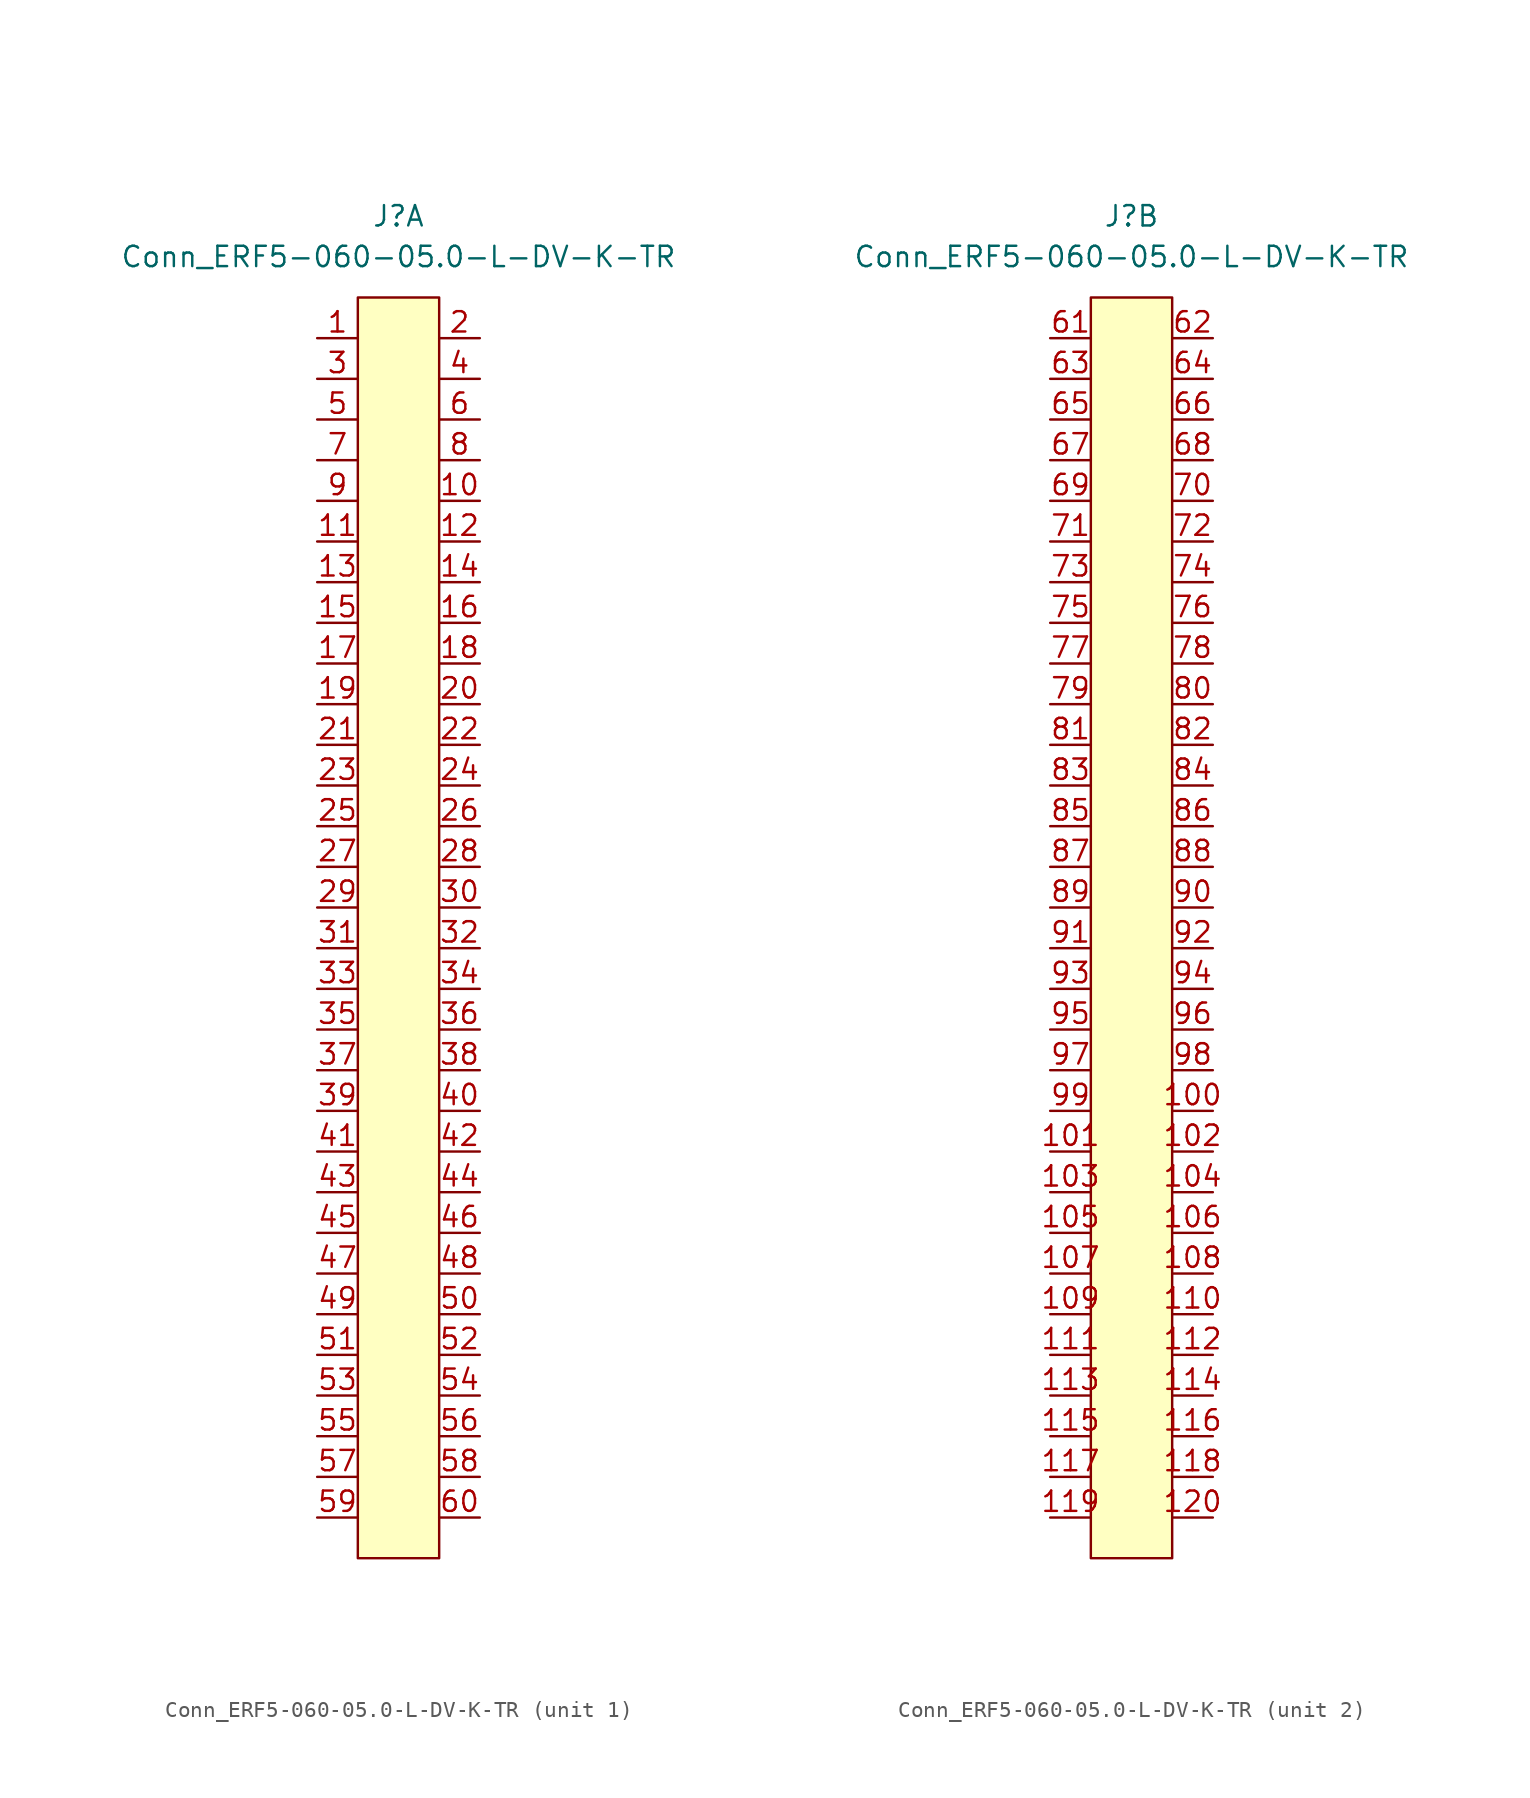
<source format=kicad_sym>
(kicad_symbol_lib
  (version 20211014)
  (generator kicad_symbol_editor)
  (symbol "Conn_ERF5-060-05.0-L-DV-K-TR"
    (pin_names
      (offset 1.016) hide)
    (property "Reference" "J"
      (at 0 20.32 0)
      (effects (font (size 1.27 1.27))))
    (property "Value" "Conn_ERF5-060-05.0-L-DV-K-TR"
      (at 0 17.78 0)
      (effects (font (size 1.27 1.27))))
    (property "ki_locked" ""
      (at 0 0 0)
      (effects (font (size 1.27 1.27))))
    (symbol "Conn_ERF5-060-05.0-L-DV-K-TR_1_1"
      (rectangle (start -2.54 15.24) (end 2.54 -63.5) (stroke (width 0) (type default) (color 0 0 0 0)) (fill (type background)))
      (pin passive line (at -5.08 12.7 0) (length 2.54) (name "1" (effects (font (size 1.27 1.27)))) (number "1" (effects (font (size 1.27 1.27)))))
      (pin passive line (at 5.08 2.54 180) (length 2.54) (name "10" (effects (font (size 1.27 1.27)))) (number "10" (effects (font (size 1.27 1.27)))))
      (pin passive line (at -5.08 0 0) (length 2.54) (name "11" (effects (font (size 1.27 1.27)))) (number "11" (effects (font (size 1.27 1.27)))))
      (pin passive line (at 5.08 0 180) (length 2.54) (name "12" (effects (font (size 1.27 1.27)))) (number "12" (effects (font (size 1.27 1.27)))))
      (pin passive line (at -5.08 -2.54 0) (length 2.54) (name "13" (effects (font (size 1.27 1.27)))) (number "13" (effects (font (size 1.27 1.27)))))
      (pin passive line (at 5.08 -2.54 180) (length 2.54) (name "14" (effects (font (size 1.27 1.27)))) (number "14" (effects (font (size 1.27 1.27)))))
      (pin passive line (at -5.08 -5.08 0) (length 2.54) (name "15" (effects (font (size 1.27 1.27)))) (number "15" (effects (font (size 1.27 1.27)))))
      (pin passive line (at 5.08 -5.08 180) (length 2.54) (name "16" (effects (font (size 1.27 1.27)))) (number "16" (effects (font (size 1.27 1.27)))))
      (pin passive line (at -5.08 -7.62 0) (length 2.54) (name "17" (effects (font (size 1.27 1.27)))) (number "17" (effects (font (size 1.27 1.27)))))
      (pin passive line (at 5.08 -7.62 180) (length 2.54) (name "18" (effects (font (size 1.27 1.27)))) (number "18" (effects (font (size 1.27 1.27)))))
      (pin passive line (at -5.08 -10.16 0) (length 2.54) (name "19" (effects (font (size 1.27 1.27)))) (number "19" (effects (font (size 1.27 1.27)))))
      (pin passive line (at 5.08 12.7 180) (length 2.54) (name "2" (effects (font (size 1.27 1.27)))) (number "2" (effects (font (size 1.27 1.27)))))
      (pin passive line (at 5.08 -10.16 180) (length 2.54) (name "20" (effects (font (size 1.27 1.27)))) (number "20" (effects (font (size 1.27 1.27)))))
      (pin passive line (at -5.08 -12.7 0) (length 2.54) (name "21" (effects (font (size 1.27 1.27)))) (number "21" (effects (font (size 1.27 1.27)))))
      (pin passive line (at 5.08 -12.7 180) (length 2.54) (name "22" (effects (font (size 1.27 1.27)))) (number "22" (effects (font (size 1.27 1.27)))))
      (pin passive line (at -5.08 -15.24 0) (length 2.54) (name "23" (effects (font (size 1.27 1.27)))) (number "23" (effects (font (size 1.27 1.27)))))
      (pin passive line (at 5.08 -15.24 180) (length 2.54) (name "24" (effects (font (size 1.27 1.27)))) (number "24" (effects (font (size 1.27 1.27)))))
      (pin passive line (at -5.08 -17.78 0) (length 2.54) (name "25" (effects (font (size 1.27 1.27)))) (number "25" (effects (font (size 1.27 1.27)))))
      (pin passive line (at 5.08 -17.78 180) (length 2.54) (name "26" (effects (font (size 1.27 1.27)))) (number "26" (effects (font (size 1.27 1.27)))))
      (pin passive line (at -5.08 -20.32 0) (length 2.54) (name "27" (effects (font (size 1.27 1.27)))) (number "27" (effects (font (size 1.27 1.27)))))
      (pin passive line (at 5.08 -20.32 180) (length 2.54) (name "28" (effects (font (size 1.27 1.27)))) (number "28" (effects (font (size 1.27 1.27)))))
      (pin passive line (at -5.08 -22.86 0) (length 2.54) (name "29" (effects (font (size 1.27 1.27)))) (number "29" (effects (font (size 1.27 1.27)))))
      (pin passive line (at -5.08 10.16 0) (length 2.54) (name "3" (effects (font (size 1.27 1.27)))) (number "3" (effects (font (size 1.27 1.27)))))
      (pin passive line (at 5.08 -22.86 180) (length 2.54) (name "30" (effects (font (size 1.27 1.27)))) (number "30" (effects (font (size 1.27 1.27)))))
      (pin passive line (at -5.08 -25.4 0) (length 2.54) (name "31" (effects (font (size 1.27 1.27)))) (number "31" (effects (font (size 1.27 1.27)))))
      (pin passive line (at 5.08 -25.4 180) (length 2.54) (name "32" (effects (font (size 1.27 1.27)))) (number "32" (effects (font (size 1.27 1.27)))))
      (pin passive line (at -5.08 -27.94 0) (length 2.54) (name "33" (effects (font (size 1.27 1.27)))) (number "33" (effects (font (size 1.27 1.27)))))
      (pin passive line (at 5.08 -27.94 180) (length 2.54) (name "34" (effects (font (size 1.27 1.27)))) (number "34" (effects (font (size 1.27 1.27)))))
      (pin passive line (at -5.08 -30.48 0) (length 2.54) (name "35" (effects (font (size 1.27 1.27)))) (number "35" (effects (font (size 1.27 1.27)))))
      (pin passive line (at 5.08 -30.48 180) (length 2.54) (name "36" (effects (font (size 1.27 1.27)))) (number "36" (effects (font (size 1.27 1.27)))))
      (pin passive line (at -5.08 -33.02 0) (length 2.54) (name "37" (effects (font (size 1.27 1.27)))) (number "37" (effects (font (size 1.27 1.27)))))
      (pin passive line (at 5.08 -33.02 180) (length 2.54) (name "38" (effects (font (size 1.27 1.27)))) (number "38" (effects (font (size 1.27 1.27)))))
      (pin passive line (at -5.08 -35.56 0) (length 2.54) (name "39" (effects (font (size 1.27 1.27)))) (number "39" (effects (font (size 1.27 1.27)))))
      (pin passive line (at 5.08 10.16 180) (length 2.54) (name "4" (effects (font (size 1.27 1.27)))) (number "4" (effects (font (size 1.27 1.27)))))
      (pin passive line (at 5.08 -35.56 180) (length 2.54) (name "40" (effects (font (size 1.27 1.27)))) (number "40" (effects (font (size 1.27 1.27)))))
      (pin passive line (at -5.08 -38.1 0) (length 2.54) (name "41" (effects (font (size 1.27 1.27)))) (number "41" (effects (font (size 1.27 1.27)))))
      (pin passive line (at 5.08 -38.1 180) (length 2.54) (name "42" (effects (font (size 1.27 1.27)))) (number "42" (effects (font (size 1.27 1.27)))))
      (pin passive line (at -5.08 -40.64 0) (length 2.54) (name "43" (effects (font (size 1.27 1.27)))) (number "43" (effects (font (size 1.27 1.27)))))
      (pin passive line (at 5.08 -40.64 180) (length 2.54) (name "44" (effects (font (size 1.27 1.27)))) (number "44" (effects (font (size 1.27 1.27)))))
      (pin passive line (at -5.08 -43.18 0) (length 2.54) (name "45" (effects (font (size 1.27 1.27)))) (number "45" (effects (font (size 1.27 1.27)))))
      (pin passive line (at 5.08 -43.18 180) (length 2.54) (name "46" (effects (font (size 1.27 1.27)))) (number "46" (effects (font (size 1.27 1.27)))))
      (pin passive line (at -5.08 -45.72 0) (length 2.54) (name "47" (effects (font (size 1.27 1.27)))) (number "47" (effects (font (size 1.27 1.27)))))
      (pin passive line (at 5.08 -45.72 180) (length 2.54) (name "48" (effects (font (size 1.27 1.27)))) (number "48" (effects (font (size 1.27 1.27)))))
      (pin passive line (at -5.08 -48.26 0) (length 2.54) (name "49" (effects (font (size 1.27 1.27)))) (number "49" (effects (font (size 1.27 1.27)))))
      (pin passive line (at -5.08 7.62 0) (length 2.54) (name "5" (effects (font (size 1.27 1.27)))) (number "5" (effects (font (size 1.27 1.27)))))
      (pin passive line (at 5.08 -48.26 180) (length 2.54) (name "50" (effects (font (size 1.27 1.27)))) (number "50" (effects (font (size 1.27 1.27)))))
      (pin passive line (at -5.08 -50.8 0) (length 2.54) (name "51" (effects (font (size 1.27 1.27)))) (number "51" (effects (font (size 1.27 1.27)))))
      (pin passive line (at 5.08 -50.8 180) (length 2.54) (name "52" (effects (font (size 1.27 1.27)))) (number "52" (effects (font (size 1.27 1.27)))))
      (pin passive line (at -5.08 -53.34 0) (length 2.54) (name "53" (effects (font (size 1.27 1.27)))) (number "53" (effects (font (size 1.27 1.27)))))
      (pin passive line (at 5.08 -53.34 180) (length 2.54) (name "54" (effects (font (size 1.27 1.27)))) (number "54" (effects (font (size 1.27 1.27)))))
      (pin passive line (at -5.08 -55.88 0) (length 2.54) (name "55" (effects (font (size 1.27 1.27)))) (number "55" (effects (font (size 1.27 1.27)))))
      (pin passive line (at 5.08 -55.88 180) (length 2.54) (name "56" (effects (font (size 1.27 1.27)))) (number "56" (effects (font (size 1.27 1.27)))))
      (pin passive line (at -5.08 -58.42 0) (length 2.54) (name "57" (effects (font (size 1.27 1.27)))) (number "57" (effects (font (size 1.27 1.27)))))
      (pin passive line (at 5.08 -58.42 180) (length 2.54) (name "58" (effects (font (size 1.27 1.27)))) (number "58" (effects (font (size 1.27 1.27)))))
      (pin passive line (at -5.08 -60.96 0) (length 2.54) (name "59" (effects (font (size 1.27 1.27)))) (number "59" (effects (font (size 1.27 1.27)))))
      (pin passive line (at 5.08 7.62 180) (length 2.54) (name "6" (effects (font (size 1.27 1.27)))) (number "6" (effects (font (size 1.27 1.27)))))
      (pin passive line (at 5.08 -60.96 180) (length 2.54) (name "60" (effects (font (size 1.27 1.27)))) (number "60" (effects (font (size 1.27 1.27)))))
      (pin passive line (at -5.08 5.08 0) (length 2.54) (name "7" (effects (font (size 1.27 1.27)))) (number "7" (effects (font (size 1.27 1.27)))))
      (pin passive line (at 5.08 5.08 180) (length 2.54) (name "8" (effects (font (size 1.27 1.27)))) (number "8" (effects (font (size 1.27 1.27)))))
      (pin passive line (at -5.08 2.54 0) (length 2.54) (name "9" (effects (font (size 1.27 1.27)))) (number "9" (effects (font (size 1.27 1.27))))))
    (symbol "Conn_ERF5-060-05.0-L-DV-K-TR_2_1"
      (rectangle (start -2.54 15.24) (end 2.54 -63.5) (stroke (width 0) (type default) (color 0 0 0 0)) (fill (type background)))
      (pin passive line (at 5.08 -35.56 180) (length 2.54) (name "100" (effects (font (size 1.27 1.27)))) (number "100" (effects (font (size 1.27 1.27)))))
      (pin passive line (at -5.08 -38.1 0) (length 2.54) (name "101" (effects (font (size 1.27 1.27)))) (number "101" (effects (font (size 1.27 1.27)))))
      (pin passive line (at 5.08 -38.1 180) (length 2.54) (name "102" (effects (font (size 1.27 1.27)))) (number "102" (effects (font (size 1.27 1.27)))))
      (pin passive line (at -5.08 -40.64 0) (length 2.54) (name "103" (effects (font (size 1.27 1.27)))) (number "103" (effects (font (size 1.27 1.27)))))
      (pin passive line (at 5.08 -40.64 180) (length 2.54) (name "104" (effects (font (size 1.27 1.27)))) (number "104" (effects (font (size 1.27 1.27)))))
      (pin passive line (at -5.08 -43.18 0) (length 2.54) (name "105" (effects (font (size 1.27 1.27)))) (number "105" (effects (font (size 1.27 1.27)))))
      (pin passive line (at 5.08 -43.18 180) (length 2.54) (name "106" (effects (font (size 1.27 1.27)))) (number "106" (effects (font (size 1.27 1.27)))))
      (pin passive line (at -5.08 -45.72 0) (length 2.54) (name "107" (effects (font (size 1.27 1.27)))) (number "107" (effects (font (size 1.27 1.27)))))
      (pin passive line (at 5.08 -45.72 180) (length 2.54) (name "108" (effects (font (size 1.27 1.27)))) (number "108" (effects (font (size 1.27 1.27)))))
      (pin passive line (at -5.08 -48.26 0) (length 2.54) (name "109" (effects (font (size 1.27 1.27)))) (number "109" (effects (font (size 1.27 1.27)))))
      (pin passive line (at 5.08 -48.26 180) (length 2.54) (name "110" (effects (font (size 1.27 1.27)))) (number "110" (effects (font (size 1.27 1.27)))))
      (pin passive line (at -5.08 -50.8 0) (length 2.54) (name "111" (effects (font (size 1.27 1.27)))) (number "111" (effects (font (size 1.27 1.27)))))
      (pin passive line (at 5.08 -50.8 180) (length 2.54) (name "112" (effects (font (size 1.27 1.27)))) (number "112" (effects (font (size 1.27 1.27)))))
      (pin passive line (at -5.08 -53.34 0) (length 2.54) (name "113" (effects (font (size 1.27 1.27)))) (number "113" (effects (font (size 1.27 1.27)))))
      (pin passive line (at 5.08 -53.34 180) (length 2.54) (name "114" (effects (font (size 1.27 1.27)))) (number "114" (effects (font (size 1.27 1.27)))))
      (pin passive line (at -5.08 -55.88 0) (length 2.54) (name "115" (effects (font (size 1.27 1.27)))) (number "115" (effects (font (size 1.27 1.27)))))
      (pin passive line (at 5.08 -55.88 180) (length 2.54) (name "116" (effects (font (size 1.27 1.27)))) (number "116" (effects (font (size 1.27 1.27)))))
      (pin passive line (at -5.08 -58.42 0) (length 2.54) (name "117" (effects (font (size 1.27 1.27)))) (number "117" (effects (font (size 1.27 1.27)))))
      (pin passive line (at 5.08 -58.42 180) (length 2.54) (name "118" (effects (font (size 1.27 1.27)))) (number "118" (effects (font (size 1.27 1.27)))))
      (pin passive line (at -5.08 -60.96 0) (length 2.54) (name "119" (effects (font (size 1.27 1.27)))) (number "119" (effects (font (size 1.27 1.27)))))
      (pin passive line (at 5.08 -60.96 180) (length 2.54) (name "120" (effects (font (size 1.27 1.27)))) (number "120" (effects (font (size 1.27 1.27)))))
      (pin passive line (at -5.08 12.7 0) (length 2.54) (name "61" (effects (font (size 1.27 1.27)))) (number "61" (effects (font (size 1.27 1.27)))))
      (pin passive line (at 5.08 12.7 180) (length 2.54) (name "62" (effects (font (size 1.27 1.27)))) (number "62" (effects (font (size 1.27 1.27)))))
      (pin passive line (at -5.08 10.16 0) (length 2.54) (name "63" (effects (font (size 1.27 1.27)))) (number "63" (effects (font (size 1.27 1.27)))))
      (pin passive line (at 5.08 10.16 180) (length 2.54) (name "64" (effects (font (size 1.27 1.27)))) (number "64" (effects (font (size 1.27 1.27)))))
      (pin passive line (at -5.08 7.62 0) (length 2.54) (name "65" (effects (font (size 1.27 1.27)))) (number "65" (effects (font (size 1.27 1.27)))))
      (pin passive line (at 5.08 7.62 180) (length 2.54) (name "66" (effects (font (size 1.27 1.27)))) (number "66" (effects (font (size 1.27 1.27)))))
      (pin passive line (at -5.08 5.08 0) (length 2.54) (name "67" (effects (font (size 1.27 1.27)))) (number "67" (effects (font (size 1.27 1.27)))))
      (pin passive line (at 5.08 5.08 180) (length 2.54) (name "68" (effects (font (size 1.27 1.27)))) (number "68" (effects (font (size 1.27 1.27)))))
      (pin passive line (at -5.08 2.54 0) (length 2.54) (name "69" (effects (font (size 1.27 1.27)))) (number "69" (effects (font (size 1.27 1.27)))))
      (pin passive line (at 5.08 2.54 180) (length 2.54) (name "70" (effects (font (size 1.27 1.27)))) (number "70" (effects (font (size 1.27 1.27)))))
      (pin passive line (at -5.08 0 0) (length 2.54) (name "71" (effects (font (size 1.27 1.27)))) (number "71" (effects (font (size 1.27 1.27)))))
      (pin passive line (at 5.08 0 180) (length 2.54) (name "72" (effects (font (size 1.27 1.27)))) (number "72" (effects (font (size 1.27 1.27)))))
      (pin passive line (at -5.08 -2.54 0) (length 2.54) (name "73" (effects (font (size 1.27 1.27)))) (number "73" (effects (font (size 1.27 1.27)))))
      (pin passive line (at 5.08 -2.54 180) (length 2.54) (name "74" (effects (font (size 1.27 1.27)))) (number "74" (effects (font (size 1.27 1.27)))))
      (pin passive line (at -5.08 -5.08 0) (length 2.54) (name "75" (effects (font (size 1.27 1.27)))) (number "75" (effects (font (size 1.27 1.27)))))
      (pin passive line (at 5.08 -5.08 180) (length 2.54) (name "76" (effects (font (size 1.27 1.27)))) (number "76" (effects (font (size 1.27 1.27)))))
      (pin passive line (at -5.08 -7.62 0) (length 2.54) (name "77" (effects (font (size 1.27 1.27)))) (number "77" (effects (font (size 1.27 1.27)))))
      (pin passive line (at 5.08 -7.62 180) (length 2.54) (name "78" (effects (font (size 1.27 1.27)))) (number "78" (effects (font (size 1.27 1.27)))))
      (pin passive line (at -5.08 -10.16 0) (length 2.54) (name "79" (effects (font (size 1.27 1.27)))) (number "79" (effects (font (size 1.27 1.27)))))
      (pin passive line (at 5.08 -10.16 180) (length 2.54) (name "80" (effects (font (size 1.27 1.27)))) (number "80" (effects (font (size 1.27 1.27)))))
      (pin passive line (at -5.08 -12.7 0) (length 2.54) (name "81" (effects (font (size 1.27 1.27)))) (number "81" (effects (font (size 1.27 1.27)))))
      (pin passive line (at 5.08 -12.7 180) (length 2.54) (name "82" (effects (font (size 1.27 1.27)))) (number "82" (effects (font (size 1.27 1.27)))))
      (pin passive line (at -5.08 -15.24 0) (length 2.54) (name "83" (effects (font (size 1.27 1.27)))) (number "83" (effects (font (size 1.27 1.27)))))
      (pin passive line (at 5.08 -15.24 180) (length 2.54) (name "84" (effects (font (size 1.27 1.27)))) (number "84" (effects (font (size 1.27 1.27)))))
      (pin passive line (at -5.08 -17.78 0) (length 2.54) (name "85" (effects (font (size 1.27 1.27)))) (number "85" (effects (font (size 1.27 1.27)))))
      (pin passive line (at 5.08 -17.78 180) (length 2.54) (name "86" (effects (font (size 1.27 1.27)))) (number "86" (effects (font (size 1.27 1.27)))))
      (pin passive line (at -5.08 -20.32 0) (length 2.54) (name "87" (effects (font (size 1.27 1.27)))) (number "87" (effects (font (size 1.27 1.27)))))
      (pin passive line (at 5.08 -20.32 180) (length 2.54) (name "88" (effects (font (size 1.27 1.27)))) (number "88" (effects (font (size 1.27 1.27)))))
      (pin passive line (at -5.08 -22.86 0) (length 2.54) (name "89" (effects (font (size 1.27 1.27)))) (number "89" (effects (font (size 1.27 1.27)))))
      (pin passive line (at 5.08 -22.86 180) (length 2.54) (name "90" (effects (font (size 1.27 1.27)))) (number "90" (effects (font (size 1.27 1.27)))))
      (pin passive line (at -5.08 -25.4 0) (length 2.54) (name "91" (effects (font (size 1.27 1.27)))) (number "91" (effects (font (size 1.27 1.27)))))
      (pin passive line (at 5.08 -25.4 180) (length 2.54) (name "92" (effects (font (size 1.27 1.27)))) (number "92" (effects (font (size 1.27 1.27)))))
      (pin passive line (at -5.08 -27.94 0) (length 2.54) (name "93" (effects (font (size 1.27 1.27)))) (number "93" (effects (font (size 1.27 1.27)))))
      (pin passive line (at 5.08 -27.94 180) (length 2.54) (name "94" (effects (font (size 1.27 1.27)))) (number "94" (effects (font (size 1.27 1.27)))))
      (pin passive line (at -5.08 -30.48 0) (length 2.54) (name "95" (effects (font (size 1.27 1.27)))) (number "95" (effects (font (size 1.27 1.27)))))
      (pin passive line (at 5.08 -30.48 180) (length 2.54) (name "96" (effects (font (size 1.27 1.27)))) (number "96" (effects (font (size 1.27 1.27)))))
      (pin passive line (at -5.08 -33.02 0) (length 2.54) (name "97" (effects (font (size 1.27 1.27)))) (number "97" (effects (font (size 1.27 1.27)))))
      (pin passive line (at 5.08 -33.02 180) (length 2.54) (name "98" (effects (font (size 1.27 1.27)))) (number "98" (effects (font (size 1.27 1.27)))))
      (pin passive line (at -5.08 -35.56 0) (length 2.54) (name "99" (effects (font (size 1.27 1.27)))) (number "99" (effects (font (size 1.27 1.27))))))))
</source>
